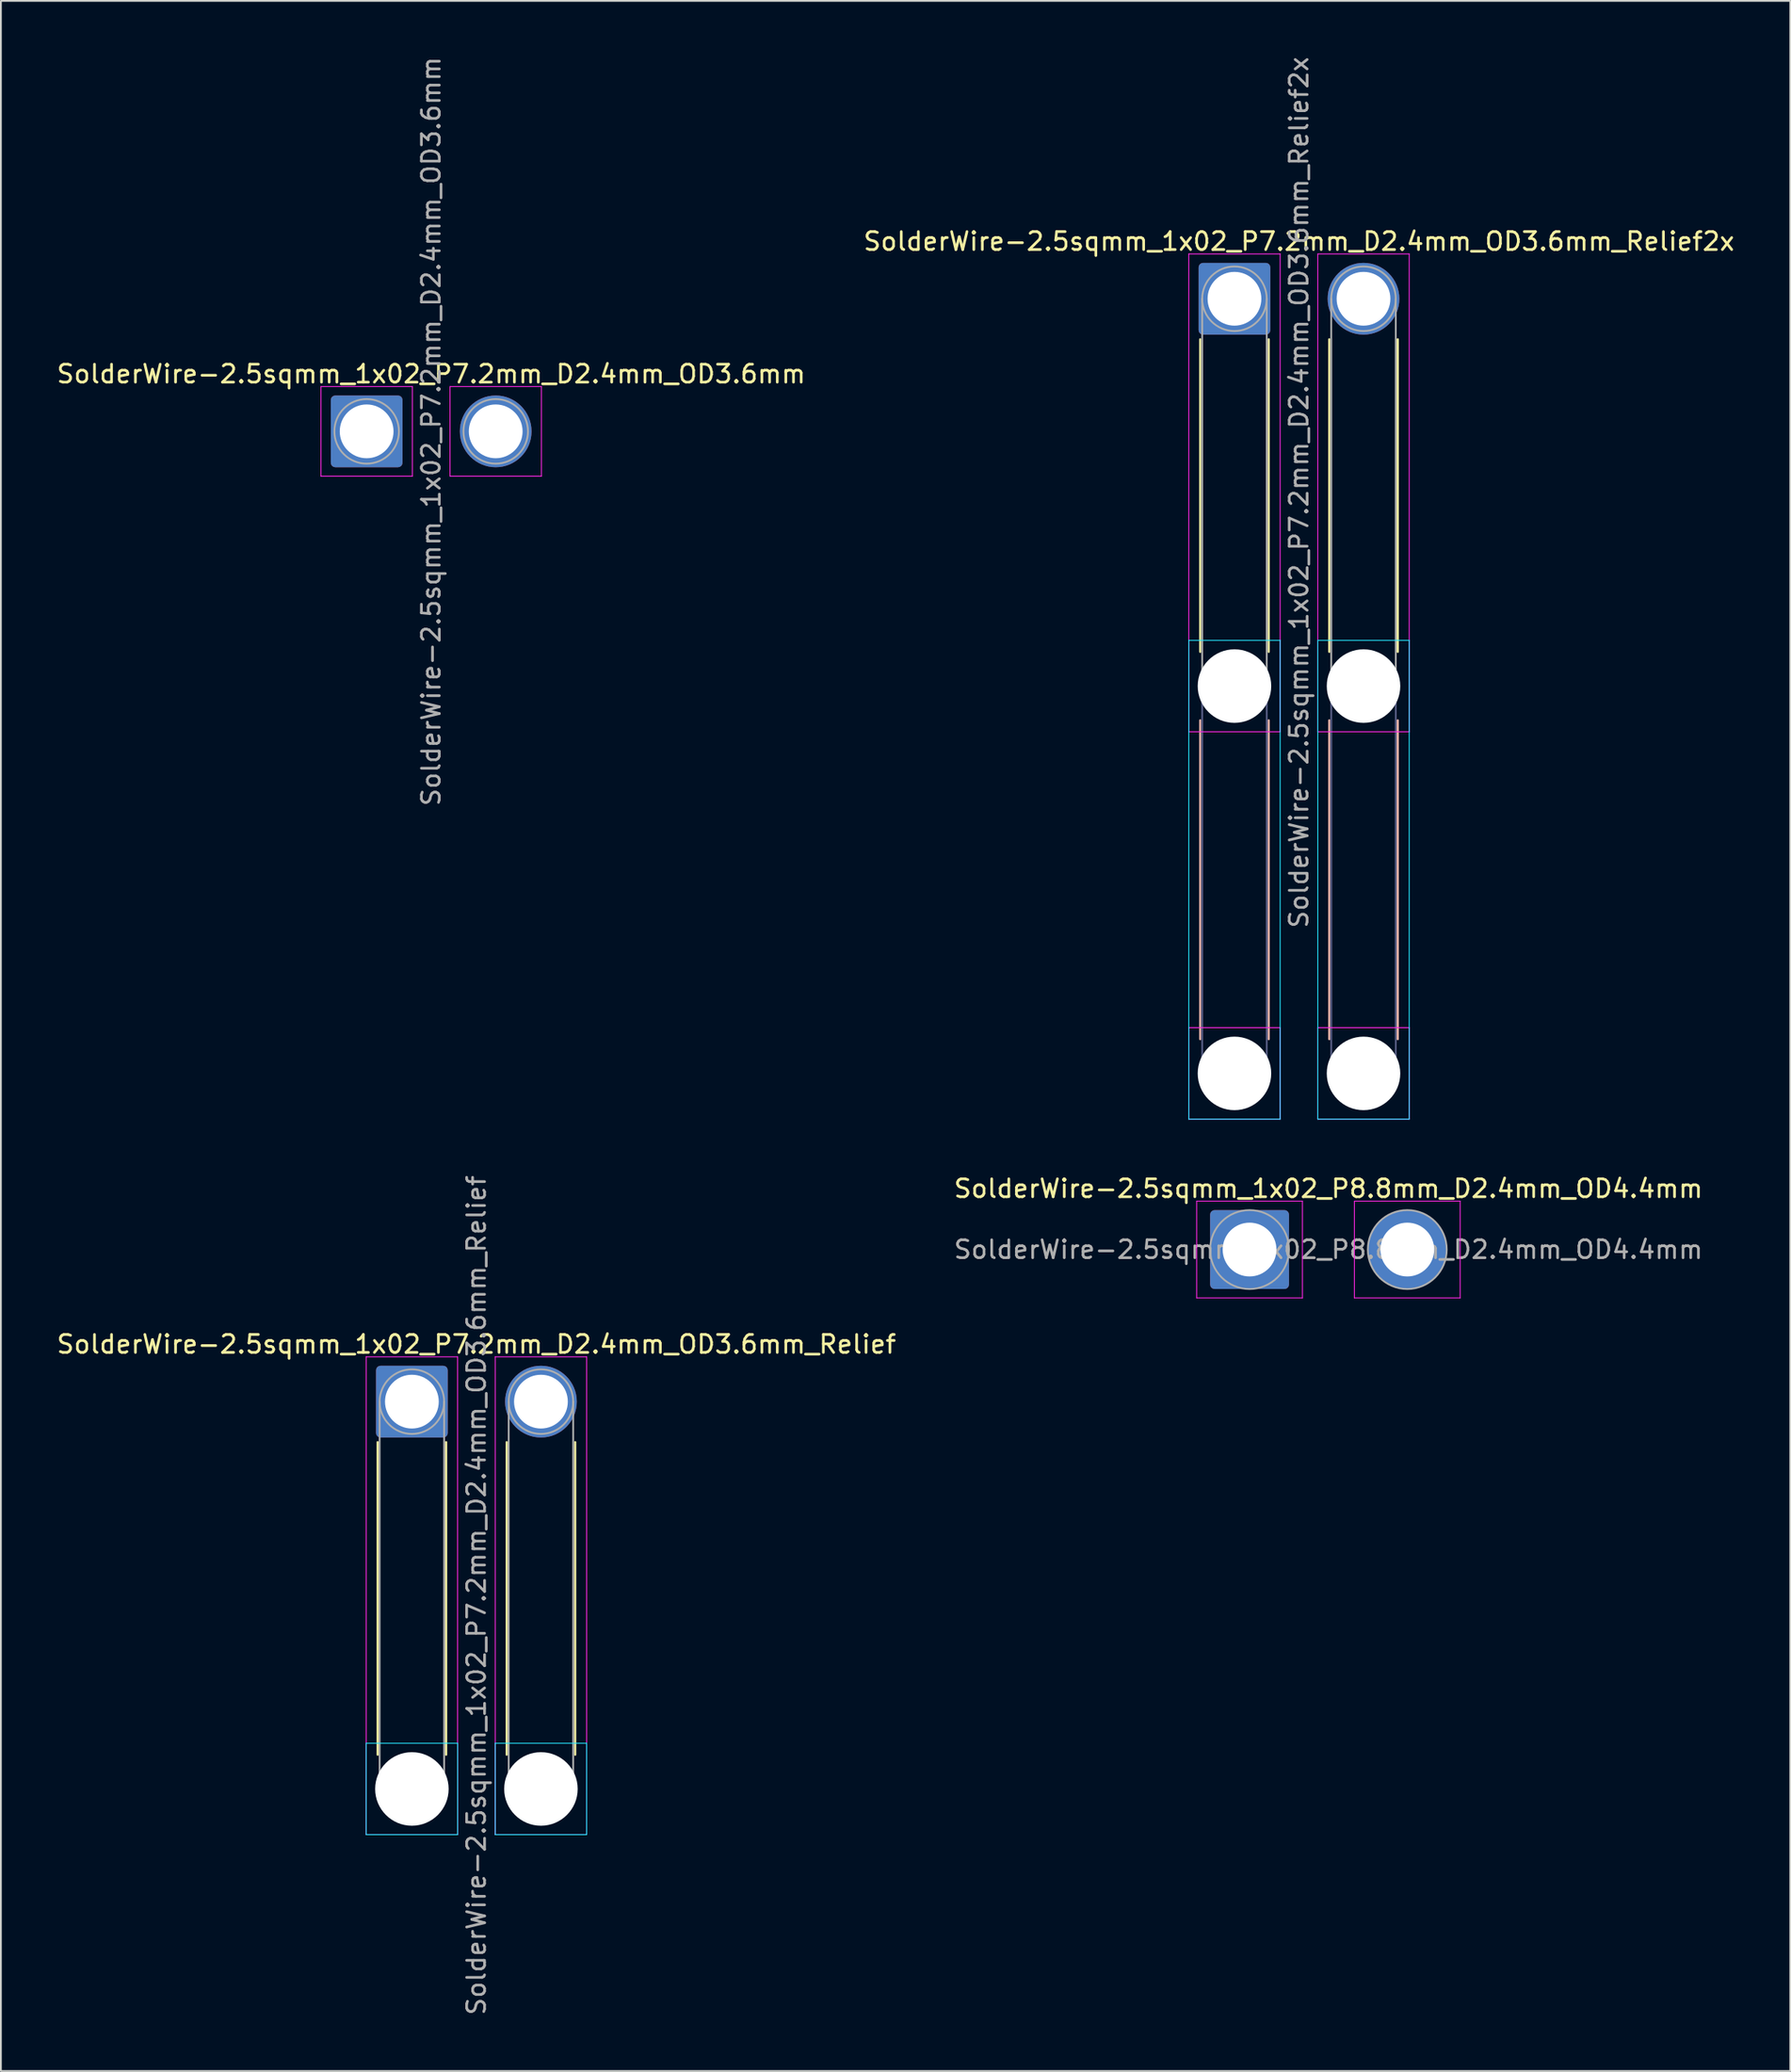
<source format=kicad_pcb>
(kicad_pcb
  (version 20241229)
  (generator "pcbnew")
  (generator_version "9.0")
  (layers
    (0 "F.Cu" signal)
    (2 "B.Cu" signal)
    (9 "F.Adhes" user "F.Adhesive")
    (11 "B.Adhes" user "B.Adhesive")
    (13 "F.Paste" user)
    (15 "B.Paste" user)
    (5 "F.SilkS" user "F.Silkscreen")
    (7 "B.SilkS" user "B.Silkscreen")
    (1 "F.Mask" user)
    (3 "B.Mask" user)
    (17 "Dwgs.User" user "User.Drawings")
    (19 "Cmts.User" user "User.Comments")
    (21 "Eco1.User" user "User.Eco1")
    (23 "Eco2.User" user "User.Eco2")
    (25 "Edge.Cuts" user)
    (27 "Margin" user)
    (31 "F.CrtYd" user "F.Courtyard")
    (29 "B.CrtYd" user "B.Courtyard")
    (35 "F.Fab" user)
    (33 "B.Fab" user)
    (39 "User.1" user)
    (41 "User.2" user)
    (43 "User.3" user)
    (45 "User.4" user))
  (footprint "SolderWire-2.5sqmm_1x02_P7.2mm_D2.4mm_OD3.6mm_Relief2x"
    (layer "F.Cu")
    (at 65.823 13.611)
    (property "Reference" "SolderWire-2.5sqmm_1x02_P7.2mm_D2.4mm_OD3.6mm_Relief2x" (at 3.6 -3.2 0) (layer "F.SilkS") (effects (font (size 1 1) (thickness 0.15))))
    (attr exclude_from_pos_files exclude_from_bom)
    (fp_line (start -1.91 2.26) (end -1.91 19.69) (stroke (width 0.12) (type solid)) (layer "F.SilkS"))
    (fp_line (start 1.91 2.26) (end 1.91 19.69) (stroke (width 0.12) (type solid)) (layer "F.SilkS"))
    (fp_line (start 5.29 2.26) (end 5.29 19.69) (stroke (width 0.12) (type solid)) (layer "F.SilkS"))
    (fp_line (start 9.11 2.26) (end 9.11 19.69) (stroke (width 0.12) (type solid)) (layer "F.SilkS"))
    (fp_line (start -1.91 23.51) (end -1.91 41.29) (stroke (width 0.12) (type solid)) (layer "B.SilkS"))
    (fp_line (start 1.91 23.51) (end 1.91 41.29) (stroke (width 0.12) (type solid)) (layer "B.SilkS"))
    (fp_line (start 5.29 23.51) (end 5.29 41.29) (stroke (width 0.12) (type solid)) (layer "B.SilkS"))
    (fp_line (start 9.11 23.51) (end 9.11 41.29) (stroke (width 0.12) (type solid)) (layer "B.SilkS"))
    (fp_line (start -2.55 19.05) (end -2.55 45.75) (stroke (width 0.05) (type solid)) (layer "B.CrtYd"))
    (fp_line (start -2.55 45.75) (end 2.55 45.75) (stroke (width 0.05) (type solid)) (layer "B.CrtYd"))
    (fp_line (start 2.55 19.05) (end -2.55 19.05) (stroke (width 0.05) (type solid)) (layer "B.CrtYd"))
    (fp_line (start 2.55 45.75) (end 2.55 19.05) (stroke (width 0.05) (type solid)) (layer "B.CrtYd"))
    (fp_line (start 4.65 19.05) (end 4.65 45.75) (stroke (width 0.05) (type solid)) (layer "B.CrtYd"))
    (fp_line (start 4.65 45.75) (end 9.75 45.75) (stroke (width 0.05) (type solid)) (layer "B.CrtYd"))
    (fp_line (start 9.75 19.05) (end 4.65 19.05) (stroke (width 0.05) (type solid)) (layer "B.CrtYd"))
    (fp_line (start 9.75 45.75) (end 9.75 19.05) (stroke (width 0.05) (type solid)) (layer "B.CrtYd"))
    (fp_line (start -2.55 -2.5) (end -2.55 24.15) (stroke (width 0.05) (type solid)) (layer "F.CrtYd"))
    (fp_line (start -2.55 24.15) (end 2.55 24.15) (stroke (width 0.05) (type solid)) (layer "F.CrtYd"))
    (fp_line (start -2.55 40.65) (end -2.55 45.75) (stroke (width 0.05) (type solid)) (layer "F.CrtYd"))
    (fp_line (start -2.55 45.75) (end 2.55 45.75) (stroke (width 0.05) (type solid)) (layer "F.CrtYd"))
    (fp_line (start 2.55 -2.5) (end -2.55 -2.5) (stroke (width 0.05) (type solid)) (layer "F.CrtYd"))
    (fp_line (start 2.55 24.15) (end 2.55 -2.5) (stroke (width 0.05) (type solid)) (layer "F.CrtYd"))
    (fp_line (start 2.55 40.65) (end -2.55 40.65) (stroke (width 0.05) (type solid)) (layer "F.CrtYd"))
    (fp_line (start 2.55 45.75) (end 2.55 40.65) (stroke (width 0.05) (type solid)) (layer "F.CrtYd"))
    (fp_line (start 4.65 -2.5) (end 4.65 24.15) (stroke (width 0.05) (type solid)) (layer "F.CrtYd"))
    (fp_line (start 4.65 24.15) (end 9.75 24.15) (stroke (width 0.05) (type solid)) (layer "F.CrtYd"))
    (fp_line (start 4.65 40.65) (end 4.65 45.75) (stroke (width 0.05) (type solid)) (layer "F.CrtYd"))
    (fp_line (start 4.65 45.75) (end 9.75 45.75) (stroke (width 0.05) (type solid)) (layer "F.CrtYd"))
    (fp_line (start 9.75 -2.5) (end 4.65 -2.5) (stroke (width 0.05) (type solid)) (layer "F.CrtYd"))
    (fp_line (start 9.75 24.15) (end 9.75 -2.5) (stroke (width 0.05) (type solid)) (layer "F.CrtYd"))
    (fp_line (start 9.75 40.65) (end 4.65 40.65) (stroke (width 0.05) (type solid)) (layer "F.CrtYd"))
    (fp_line (start 9.75 45.75) (end 9.75 40.65) (stroke (width 0.05) (type solid)) (layer "F.CrtYd"))
    (fp_line (start -1.8 21.6) (end -1.8 43.2) (stroke (width 0.1) (type solid)) (layer "B.Fab"))
    (fp_line (start 1.8 21.6) (end 1.8 43.2) (stroke (width 0.1) (type solid)) (layer "B.Fab"))
    (fp_line (start 5.4 21.6) (end 5.4 43.2) (stroke (width 0.1) (type solid)) (layer "B.Fab"))
    (fp_line (start 9 21.6) (end 9 43.2) (stroke (width 0.1) (type solid)) (layer "B.Fab"))
    (fp_circle (center 0 21.6) (end 1.8 21.6) (stroke (width 0.1) (type solid)) (fill no) (layer "B.Fab"))
    (fp_circle (center 0 43.2) (end 1.8 43.2) (stroke (width 0.1) (type solid)) (fill no) (layer "B.Fab"))
    (fp_circle (center 7.2 21.6) (end 9 21.6) (stroke (width 0.1) (type solid)) (fill no) (layer "B.Fab"))
    (fp_circle (center 7.2 43.2) (end 9 43.2) (stroke (width 0.1) (type solid)) (fill no) (layer "B.Fab"))
    (fp_line (start -1.8 0) (end -1.8 21.6) (stroke (width 0.1) (type solid)) (layer "F.Fab"))
    (fp_line (start 1.8 0) (end 1.8 21.6) (stroke (width 0.1) (type solid)) (layer "F.Fab"))
    (fp_line (start 5.4 0) (end 5.4 21.6) (stroke (width 0.1) (type solid)) (layer "F.Fab"))
    (fp_line (start 9 0) (end 9 21.6) (stroke (width 0.1) (type solid)) (layer "F.Fab"))
    (fp_circle (center 0 0) (end 1.8 0) (stroke (width 0.1) (type solid)) (fill no) (layer "F.Fab"))
    (fp_circle (center 0 21.6) (end 1.8 21.6) (stroke (width 0.1) (type solid)) (fill no) (layer "F.Fab"))
    (fp_circle (center 0 43.2) (end 1.8 43.2) (stroke (width 0.1) (type solid)) (fill no) (layer "F.Fab"))
    (fp_circle (center 7.2 0) (end 9 0) (stroke (width 0.1) (type solid)) (fill no) (layer "F.Fab"))
    (fp_circle (center 7.2 21.6) (end 9 21.6) (stroke (width 0.1) (type solid)) (fill no) (layer "F.Fab"))
    (fp_circle (center 7.2 43.2) (end 9 43.2) (stroke (width 0.1) (type solid)) (fill no) (layer "F.Fab"))
    (fp_text user "${REFERENCE}" (at 3.6 10.8 90) (layer "F.Fab") (effects (font (size 1 1) (thickness 0.15))))
    (pad "" np_thru_hole circle (at 0 21.6) (size 4.1 4.1) (drill 4.1) (layers "*.Cu" "*.Mask"))
    (pad "" np_thru_hole circle (at 0 43.2) (size 4.1 4.1) (drill 4.1) (layers "*.Cu" "*.Mask"))
    (pad "" np_thru_hole circle (at 7.2 21.6) (size 4.1 4.1) (drill 4.1) (layers "*.Cu" "*.Mask"))
    (pad "" np_thru_hole circle (at 7.2 43.2) (size 4.1 4.1) (drill 4.1) (layers "*.Cu" "*.Mask"))
    (pad "1" thru_hole roundrect (at 0 0) (size 4 4) (drill 3) (layers "*.Cu" "*.Mask") (roundrect_rratio 0.062))
    (pad "2" thru_hole circle (at 7.2 0) (size 4 4) (drill 3) (layers "*.Cu" "*.Mask")))
  (footprint "SolderWire-2.5sqmm_1x02_P8.8mm_D2.4mm_OD4.4mm"
    (layer "F.Cu")
    (at 66.665 66.634)
    (property "Reference" "SolderWire-2.5sqmm_1x02_P8.8mm_D2.4mm_OD4.4mm" (at 4.4 -3.4 0) (layer "F.SilkS") (effects (font (size 1 1) (thickness 0.15))))
    (attr exclude_from_pos_files exclude_from_bom)
    (fp_line (start -2.95 -2.7) (end -2.95 2.7) (stroke (width 0.05) (type solid)) (layer "F.CrtYd"))
    (fp_line (start -2.95 2.7) (end 2.95 2.7) (stroke (width 0.05) (type solid)) (layer "F.CrtYd"))
    (fp_line (start 2.95 -2.7) (end -2.95 -2.7) (stroke (width 0.05) (type solid)) (layer "F.CrtYd"))
    (fp_line (start 2.95 2.7) (end 2.95 -2.7) (stroke (width 0.05) (type solid)) (layer "F.CrtYd"))
    (fp_line (start 5.85 -2.7) (end 5.85 2.7) (stroke (width 0.05) (type solid)) (layer "F.CrtYd"))
    (fp_line (start 5.85 2.7) (end 11.75 2.7) (stroke (width 0.05) (type solid)) (layer "F.CrtYd"))
    (fp_line (start 11.75 -2.7) (end 5.85 -2.7) (stroke (width 0.05) (type solid)) (layer "F.CrtYd"))
    (fp_line (start 11.75 2.7) (end 11.75 -2.7) (stroke (width 0.05) (type solid)) (layer "F.CrtYd"))
    (fp_circle (center 0 0) (end 2.2 0) (stroke (width 0.1) (type solid)) (fill no) (layer "F.Fab"))
    (fp_circle (center 8.8 0) (end 11 0) (stroke (width 0.1) (type solid)) (fill no) (layer "F.Fab"))
    (fp_text user "${REFERENCE}" (at 4.4 0 0) (layer "F.Fab") (effects (font (size 1 1) (thickness 0.15))))
    (pad "1" thru_hole roundrect (at 0 0) (size 4.4 4.4) (drill 3) (layers "*.Cu" "*.Mask") (roundrect_rratio 0.057))
    (pad "2" thru_hole circle (at 8.8 0) (size 4.4 4.4) (drill 3) (layers "*.Cu" "*.Mask")))
  (footprint "SolderWire-2.5sqmm_1x02_P7.2mm_D2.4mm_OD3.6mm"
    (layer "F.Cu")
    (at 17.406 21.006)
    (property "Reference" "SolderWire-2.5sqmm_1x02_P7.2mm_D2.4mm_OD3.6mm" (at 3.6 -3.2 0) (layer "F.SilkS") (effects (font (size 1 1) (thickness 0.15))))
    (attr exclude_from_pos_files exclude_from_bom)
    (fp_line (start -2.55 -2.5) (end -2.55 2.5) (stroke (width 0.05) (type solid)) (layer "F.CrtYd"))
    (fp_line (start -2.55 2.5) (end 2.55 2.5) (stroke (width 0.05) (type solid)) (layer "F.CrtYd"))
    (fp_line (start 2.55 -2.5) (end -2.55 -2.5) (stroke (width 0.05) (type solid)) (layer "F.CrtYd"))
    (fp_line (start 2.55 2.5) (end 2.55 -2.5) (stroke (width 0.05) (type solid)) (layer "F.CrtYd"))
    (fp_line (start 4.65 -2.5) (end 4.65 2.5) (stroke (width 0.05) (type solid)) (layer "F.CrtYd"))
    (fp_line (start 4.65 2.5) (end 9.75 2.5) (stroke (width 0.05) (type solid)) (layer "F.CrtYd"))
    (fp_line (start 9.75 -2.5) (end 4.65 -2.5) (stroke (width 0.05) (type solid)) (layer "F.CrtYd"))
    (fp_line (start 9.75 2.5) (end 9.75 -2.5) (stroke (width 0.05) (type solid)) (layer "F.CrtYd"))
    (fp_circle (center 0 0) (end 1.8 0) (stroke (width 0.1) (type solid)) (fill no) (layer "F.Fab"))
    (fp_circle (center 7.2 0) (end 9 0) (stroke (width 0.1) (type solid)) (fill no) (layer "F.Fab"))
    (fp_text user "${REFERENCE}" (at 3.6 0 90) (layer "F.Fab") (effects (font (size 1 1) (thickness 0.15))))
    (pad "1" thru_hole roundrect (at 0 0) (size 4 4) (drill 3) (layers "*.Cu" "*.Mask") (roundrect_rratio 0.062))
    (pad "2" thru_hole circle (at 7.2 0) (size 4 4) (drill 3) (layers "*.Cu" "*.Mask")))
  (footprint "SolderWire-2.5sqmm_1x02_P7.2mm_D2.4mm_OD3.6mm_Relief"
    (layer "F.Cu")
    (at 19.93 75.115)
    (property "Reference" "SolderWire-2.5sqmm_1x02_P7.2mm_D2.4mm_OD3.6mm_Relief" (at 3.6 -3.2 0) (layer "F.SilkS") (effects (font (size 1 1) (thickness 0.15))))
    (attr exclude_from_pos_files exclude_from_bom)
    (fp_line (start -1.91 2.26) (end -1.91 19.69) (stroke (width 0.12) (type solid)) (layer "F.SilkS"))
    (fp_line (start 1.91 2.26) (end 1.91 19.69) (stroke (width 0.12) (type solid)) (layer "F.SilkS"))
    (fp_line (start 5.29 2.26) (end 5.29 19.69) (stroke (width 0.12) (type solid)) (layer "F.SilkS"))
    (fp_line (start 9.11 2.26) (end 9.11 19.69) (stroke (width 0.12) (type solid)) (layer "F.SilkS"))
    (fp_line (start -2.55 19.05) (end -2.55 24.15) (stroke (width 0.05) (type solid)) (layer "B.CrtYd"))
    (fp_line (start -2.55 24.15) (end 2.55 24.15) (stroke (width 0.05) (type solid)) (layer "B.CrtYd"))
    (fp_line (start 2.55 19.05) (end -2.55 19.05) (stroke (width 0.05) (type solid)) (layer "B.CrtYd"))
    (fp_line (start 2.55 24.15) (end 2.55 19.05) (stroke (width 0.05) (type solid)) (layer "B.CrtYd"))
    (fp_line (start 4.65 19.05) (end 4.65 24.15) (stroke (width 0.05) (type solid)) (layer "B.CrtYd"))
    (fp_line (start 4.65 24.15) (end 9.75 24.15) (stroke (width 0.05) (type solid)) (layer "B.CrtYd"))
    (fp_line (start 9.75 19.05) (end 4.65 19.05) (stroke (width 0.05) (type solid)) (layer "B.CrtYd"))
    (fp_line (start 9.75 24.15) (end 9.75 19.05) (stroke (width 0.05) (type solid)) (layer "B.CrtYd"))
    (fp_line (start -2.55 -2.5) (end -2.55 24.15) (stroke (width 0.05) (type solid)) (layer "F.CrtYd"))
    (fp_line (start -2.55 24.15) (end 2.55 24.15) (stroke (width 0.05) (type solid)) (layer "F.CrtYd"))
    (fp_line (start 2.55 -2.5) (end -2.55 -2.5) (stroke (width 0.05) (type solid)) (layer "F.CrtYd"))
    (fp_line (start 2.55 24.15) (end 2.55 -2.5) (stroke (width 0.05) (type solid)) (layer "F.CrtYd"))
    (fp_line (start 4.65 -2.5) (end 4.65 24.15) (stroke (width 0.05) (type solid)) (layer "F.CrtYd"))
    (fp_line (start 4.65 24.15) (end 9.75 24.15) (stroke (width 0.05) (type solid)) (layer "F.CrtYd"))
    (fp_line (start 9.75 -2.5) (end 4.65 -2.5) (stroke (width 0.05) (type solid)) (layer "F.CrtYd"))
    (fp_line (start 9.75 24.15) (end 9.75 -2.5) (stroke (width 0.05) (type solid)) (layer "F.CrtYd"))
    (fp_line (start -1.8 0) (end -1.8 21.6) (stroke (width 0.1) (type solid)) (layer "F.Fab"))
    (fp_line (start 1.8 0) (end 1.8 21.6) (stroke (width 0.1) (type solid)) (layer "F.Fab"))
    (fp_line (start 5.4 0) (end 5.4 21.6) (stroke (width 0.1) (type solid)) (layer "F.Fab"))
    (fp_line (start 9 0) (end 9 21.6) (stroke (width 0.1) (type solid)) (layer "F.Fab"))
    (fp_circle (center 0 0) (end 1.8 0) (stroke (width 0.1) (type solid)) (fill no) (layer "F.Fab"))
    (fp_circle (center 0 21.6) (end 1.8 21.6) (stroke (width 0.1) (type solid)) (fill no) (layer "F.Fab"))
    (fp_circle (center 7.2 0) (end 9 0) (stroke (width 0.1) (type solid)) (fill no) (layer "F.Fab"))
    (fp_circle (center 7.2 21.6) (end 9 21.6) (stroke (width 0.1) (type solid)) (fill no) (layer "F.Fab"))
    (fp_text user "${REFERENCE}" (at 3.6 10.8 90) (layer "F.Fab") (effects (font (size 1 1) (thickness 0.15))))
    (pad "" np_thru_hole circle (at 0 21.6) (size 4.1 4.1) (drill 4.1) (layers "*.Cu" "*.Mask"))
    (pad "" np_thru_hole circle (at 7.2 21.6) (size 4.1 4.1) (drill 4.1) (layers "*.Cu" "*.Mask"))
    (pad "1" thru_hole roundrect (at 0 0) (size 4 4) (drill 3) (layers "*.Cu" "*.Mask") (roundrect_rratio 0.062))
    (pad "2" thru_hole circle (at 7.2 0) (size 4 4) (drill 3) (layers "*.Cu" "*.Mask")))
  (gr_rect
    (start -3 -3)
    (end 96.833 112.445)
    (stroke (width 0.1) (type default))
    (fill no)
    (layer "Edge.Cuts")))
</source>
